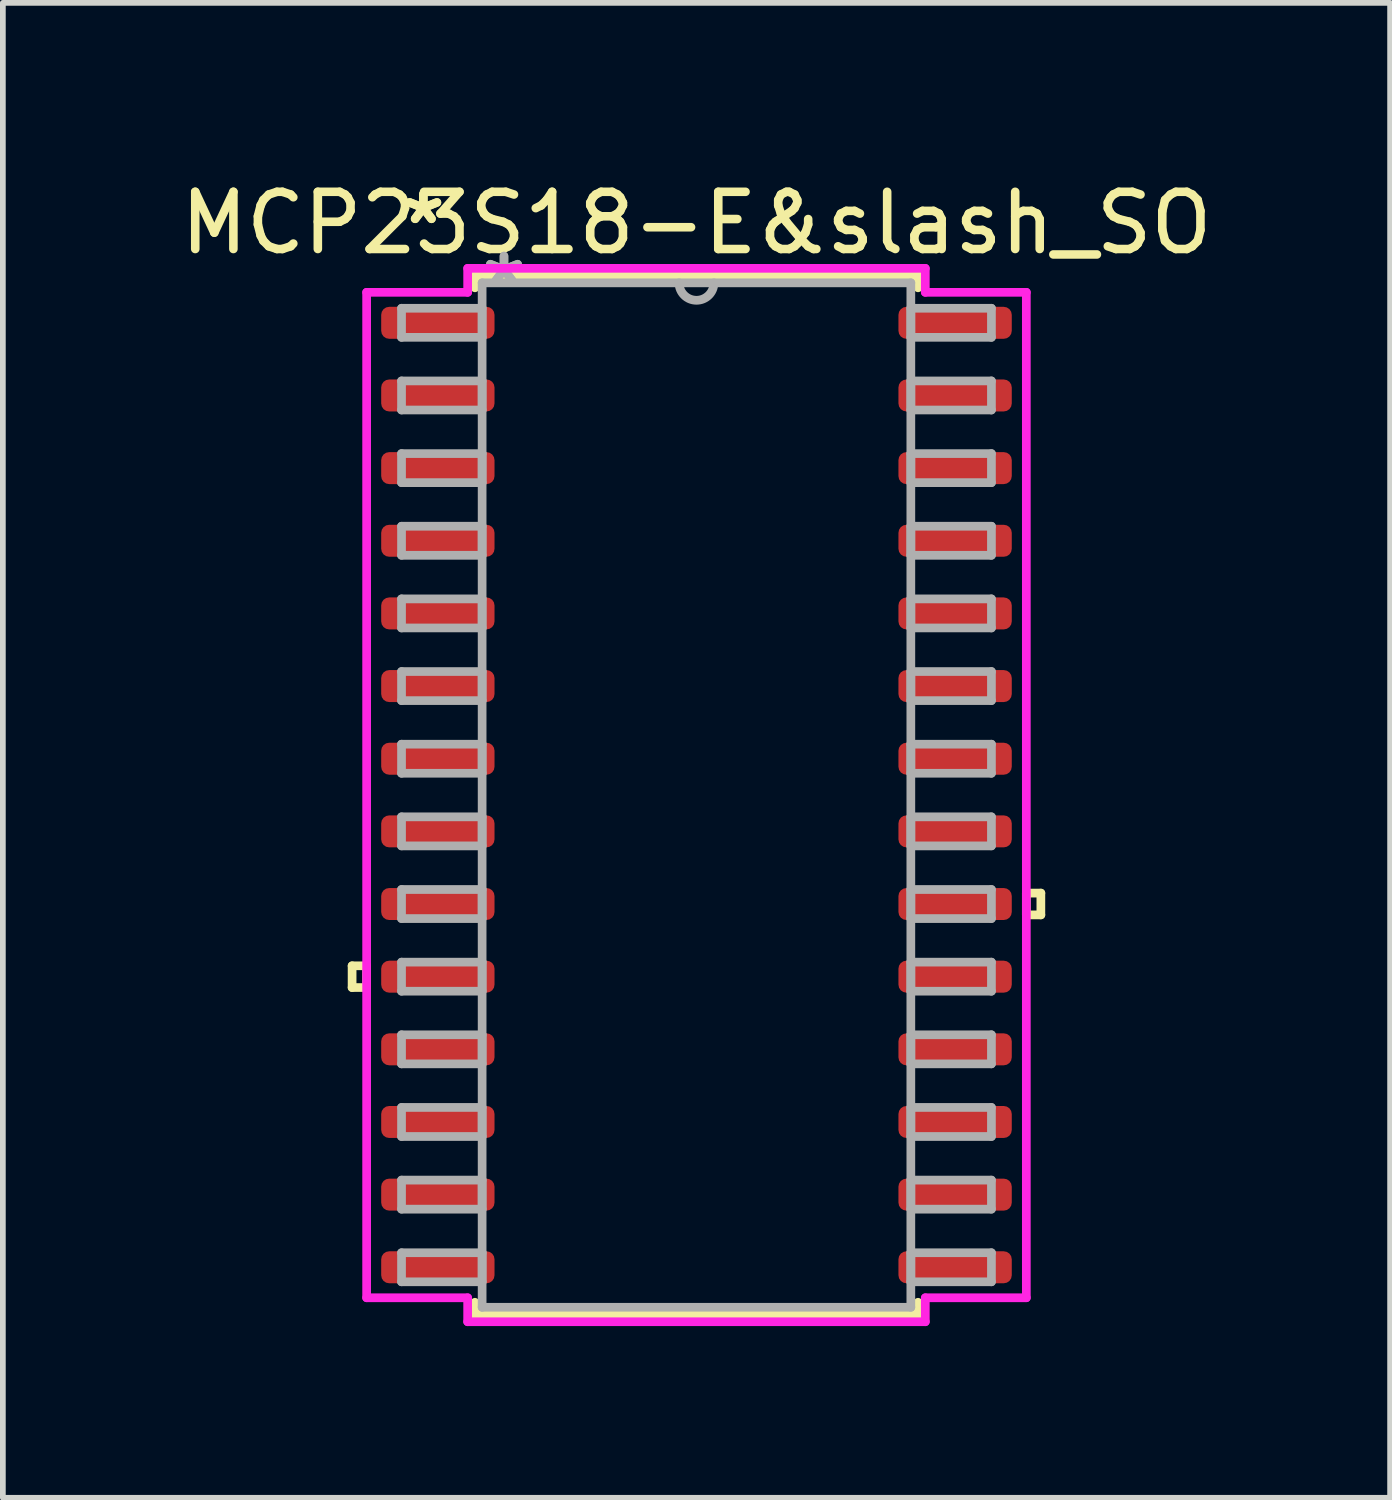
<source format=kicad_pcb>
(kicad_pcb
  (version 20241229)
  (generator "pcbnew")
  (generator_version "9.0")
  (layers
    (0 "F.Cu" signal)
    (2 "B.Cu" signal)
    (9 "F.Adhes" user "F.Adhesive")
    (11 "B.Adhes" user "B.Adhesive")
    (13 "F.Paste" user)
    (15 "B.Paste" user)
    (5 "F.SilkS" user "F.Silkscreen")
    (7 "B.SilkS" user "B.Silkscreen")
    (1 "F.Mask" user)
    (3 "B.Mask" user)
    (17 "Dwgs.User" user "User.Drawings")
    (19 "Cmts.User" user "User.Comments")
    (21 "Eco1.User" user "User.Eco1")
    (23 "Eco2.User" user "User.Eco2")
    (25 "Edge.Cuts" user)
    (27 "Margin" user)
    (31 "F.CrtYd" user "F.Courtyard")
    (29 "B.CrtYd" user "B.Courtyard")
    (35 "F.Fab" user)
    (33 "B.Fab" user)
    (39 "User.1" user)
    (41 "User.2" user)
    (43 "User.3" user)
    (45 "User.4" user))
  (footprint "MCP23S18-E&slash_SO"
    (layer "F.Cu")
    (at 9.125 10.848)
    (property "Reference" "MCP23S18-E&slash_SO" (at 0 -10 0) (layer "F.SilkS") (effects (font (size 1 1) (thickness 0.15))))
    (attr smd)
    (fp_line (start -6.02 2.985) (end -6.02 3.365) (stroke (width 0.152) (type solid)) (layer "F.SilkS"))
    (fp_line (start -6.02 3.365) (end -5.766 3.365) (stroke (width 0.152) (type solid)) (layer "F.SilkS"))
    (fp_line (start -5.766 2.985) (end -6.02 2.985) (stroke (width 0.152) (type solid)) (layer "F.SilkS"))
    (fp_line (start -5.766 3.365) (end -5.766 2.985) (stroke (width 0.152) (type solid)) (layer "F.SilkS"))
    (fp_line (start -3.873 -9.081) (end -3.873 -8.867) (stroke (width 0.152) (type solid)) (layer "F.SilkS"))
    (fp_line (start -3.873 8.867) (end -3.873 9.081) (stroke (width 0.152) (type solid)) (layer "F.SilkS"))
    (fp_line (start -3.873 9.081) (end 3.873 9.081) (stroke (width 0.152) (type solid)) (layer "F.SilkS"))
    (fp_line (start 3.873 -9.081) (end -3.873 -9.081) (stroke (width 0.152) (type solid)) (layer "F.SilkS"))
    (fp_line (start 3.873 -8.867) (end 3.873 -9.081) (stroke (width 0.152) (type solid)) (layer "F.SilkS"))
    (fp_line (start 3.873 9.081) (end 3.873 8.867) (stroke (width 0.152) (type solid)) (layer "F.SilkS"))
    (fp_line (start 5.766 1.714) (end 6.02 1.714) (stroke (width 0.152) (type solid)) (layer "F.SilkS"))
    (fp_line (start 5.766 2.095) (end 5.766 1.714) (stroke (width 0.152) (type solid)) (layer "F.SilkS"))
    (fp_line (start 6.02 1.714) (end 6.02 2.095) (stroke (width 0.152) (type solid)) (layer "F.SilkS"))
    (fp_line (start 6.02 2.095) (end 5.766 2.095) (stroke (width 0.152) (type solid)) (layer "F.SilkS"))
    (fp_line (start -5.766 -8.788) (end -4 -8.788) (stroke (width 0.152) (type solid)) (layer "F.CrtYd"))
    (fp_line (start -5.766 8.788) (end -5.766 -8.788) (stroke (width 0.152) (type solid)) (layer "F.CrtYd"))
    (fp_line (start -4 -9.207) (end 4 -9.207) (stroke (width 0.152) (type solid)) (layer "F.CrtYd"))
    (fp_line (start -4 -8.788) (end -4 -9.207) (stroke (width 0.152) (type solid)) (layer "F.CrtYd"))
    (fp_line (start -4 8.788) (end -5.766 8.788) (stroke (width 0.152) (type solid)) (layer "F.CrtYd"))
    (fp_line (start -4 9.207) (end -4 8.788) (stroke (width 0.152) (type solid)) (layer "F.CrtYd"))
    (fp_line (start 4 -9.207) (end 4 -8.788) (stroke (width 0.152) (type solid)) (layer "F.CrtYd"))
    (fp_line (start 4 -8.788) (end 5.766 -8.788) (stroke (width 0.152) (type solid)) (layer "F.CrtYd"))
    (fp_line (start 4 8.788) (end 4 9.207) (stroke (width 0.152) (type solid)) (layer "F.CrtYd"))
    (fp_line (start 4 9.207) (end -4 9.207) (stroke (width 0.152) (type solid)) (layer "F.CrtYd"))
    (fp_line (start 5.766 -8.788) (end 5.766 8.788) (stroke (width 0.152) (type solid)) (layer "F.CrtYd"))
    (fp_line (start 5.766 8.788) (end 4 8.788) (stroke (width 0.152) (type solid)) (layer "F.CrtYd"))
    (fp_line (start -5.156 -8.509) (end -5.156 -8.001) (stroke (width 0.152) (type solid)) (layer "F.Fab"))
    (fp_line (start -5.156 -8.001) (end -3.747 -8.001) (stroke (width 0.152) (type solid)) (layer "F.Fab"))
    (fp_line (start -5.156 -7.239) (end -5.156 -6.731) (stroke (width 0.152) (type solid)) (layer "F.Fab"))
    (fp_line (start -5.156 -6.731) (end -3.747 -6.731) (stroke (width 0.152) (type solid)) (layer "F.Fab"))
    (fp_line (start -5.156 -5.969) (end -5.156 -5.461) (stroke (width 0.152) (type solid)) (layer "F.Fab"))
    (fp_line (start -5.156 -5.461) (end -3.747 -5.461) (stroke (width 0.152) (type solid)) (layer "F.Fab"))
    (fp_line (start -5.156 -4.699) (end -5.156 -4.191) (stroke (width 0.152) (type solid)) (layer "F.Fab"))
    (fp_line (start -5.156 -4.191) (end -3.747 -4.191) (stroke (width 0.152) (type solid)) (layer "F.Fab"))
    (fp_line (start -5.156 -3.429) (end -5.156 -2.921) (stroke (width 0.152) (type solid)) (layer "F.Fab"))
    (fp_line (start -5.156 -2.921) (end -3.747 -2.921) (stroke (width 0.152) (type solid)) (layer "F.Fab"))
    (fp_line (start -5.156 -2.159) (end -5.156 -1.651) (stroke (width 0.152) (type solid)) (layer "F.Fab"))
    (fp_line (start -5.156 -1.651) (end -3.747 -1.651) (stroke (width 0.152) (type solid)) (layer "F.Fab"))
    (fp_line (start -5.156 -0.889) (end -5.156 -0.381) (stroke (width 0.152) (type solid)) (layer "F.Fab"))
    (fp_line (start -5.156 -0.381) (end -3.747 -0.381) (stroke (width 0.152) (type solid)) (layer "F.Fab"))
    (fp_line (start -5.156 0.381) (end -5.156 0.889) (stroke (width 0.152) (type solid)) (layer "F.Fab"))
    (fp_line (start -5.156 0.889) (end -3.747 0.889) (stroke (width 0.152) (type solid)) (layer "F.Fab"))
    (fp_line (start -5.156 1.651) (end -5.156 2.159) (stroke (width 0.152) (type solid)) (layer "F.Fab"))
    (fp_line (start -5.156 2.159) (end -3.747 2.159) (stroke (width 0.152) (type solid)) (layer "F.Fab"))
    (fp_line (start -5.156 2.921) (end -5.156 3.429) (stroke (width 0.152) (type solid)) (layer "F.Fab"))
    (fp_line (start -5.156 3.429) (end -3.747 3.429) (stroke (width 0.152) (type solid)) (layer "F.Fab"))
    (fp_line (start -5.156 4.191) (end -5.156 4.699) (stroke (width 0.152) (type solid)) (layer "F.Fab"))
    (fp_line (start -5.156 4.699) (end -3.747 4.699) (stroke (width 0.152) (type solid)) (layer "F.Fab"))
    (fp_line (start -5.156 5.461) (end -5.156 5.969) (stroke (width 0.152) (type solid)) (layer "F.Fab"))
    (fp_line (start -5.156 5.969) (end -3.747 5.969) (stroke (width 0.152) (type solid)) (layer "F.Fab"))
    (fp_line (start -5.156 6.731) (end -5.156 7.239) (stroke (width 0.152) (type solid)) (layer "F.Fab"))
    (fp_line (start -5.156 7.239) (end -3.747 7.239) (stroke (width 0.152) (type solid)) (layer "F.Fab"))
    (fp_line (start -5.156 8.001) (end -5.156 8.509) (stroke (width 0.152) (type solid)) (layer "F.Fab"))
    (fp_line (start -5.156 8.509) (end -3.747 8.509) (stroke (width 0.152) (type solid)) (layer "F.Fab"))
    (fp_line (start -3.747 -8.954) (end -3.747 8.954) (stroke (width 0.152) (type solid)) (layer "F.Fab"))
    (fp_line (start -3.747 -8.509) (end -5.156 -8.509) (stroke (width 0.152) (type solid)) (layer "F.Fab"))
    (fp_line (start -3.747 -8.001) (end -3.747 -8.509) (stroke (width 0.152) (type solid)) (layer "F.Fab"))
    (fp_line (start -3.747 -7.239) (end -5.156 -7.239) (stroke (width 0.152) (type solid)) (layer "F.Fab"))
    (fp_line (start -3.747 -6.731) (end -3.747 -7.239) (stroke (width 0.152) (type solid)) (layer "F.Fab"))
    (fp_line (start -3.747 -5.969) (end -5.156 -5.969) (stroke (width 0.152) (type solid)) (layer "F.Fab"))
    (fp_line (start -3.747 -5.461) (end -3.747 -5.969) (stroke (width 0.152) (type solid)) (layer "F.Fab"))
    (fp_line (start -3.747 -4.699) (end -5.156 -4.699) (stroke (width 0.152) (type solid)) (layer "F.Fab"))
    (fp_line (start -3.747 -4.191) (end -3.747 -4.699) (stroke (width 0.152) (type solid)) (layer "F.Fab"))
    (fp_line (start -3.747 -3.429) (end -5.156 -3.429) (stroke (width 0.152) (type solid)) (layer "F.Fab"))
    (fp_line (start -3.747 -2.921) (end -3.747 -3.429) (stroke (width 0.152) (type solid)) (layer "F.Fab"))
    (fp_line (start -3.747 -2.159) (end -5.156 -2.159) (stroke (width 0.152) (type solid)) (layer "F.Fab"))
    (fp_line (start -3.747 -1.651) (end -3.747 -2.159) (stroke (width 0.152) (type solid)) (layer "F.Fab"))
    (fp_line (start -3.747 -0.889) (end -5.156 -0.889) (stroke (width 0.152) (type solid)) (layer "F.Fab"))
    (fp_line (start -3.747 -0.381) (end -3.747 -0.889) (stroke (width 0.152) (type solid)) (layer "F.Fab"))
    (fp_line (start -3.747 0.381) (end -5.156 0.381) (stroke (width 0.152) (type solid)) (layer "F.Fab"))
    (fp_line (start -3.747 0.889) (end -3.747 0.381) (stroke (width 0.152) (type solid)) (layer "F.Fab"))
    (fp_line (start -3.747 1.651) (end -5.156 1.651) (stroke (width 0.152) (type solid)) (layer "F.Fab"))
    (fp_line (start -3.747 2.159) (end -3.747 1.651) (stroke (width 0.152) (type solid)) (layer "F.Fab"))
    (fp_line (start -3.747 2.921) (end -5.156 2.921) (stroke (width 0.152) (type solid)) (layer "F.Fab"))
    (fp_line (start -3.747 3.429) (end -3.747 2.921) (stroke (width 0.152) (type solid)) (layer "F.Fab"))
    (fp_line (start -3.747 4.191) (end -5.156 4.191) (stroke (width 0.152) (type solid)) (layer "F.Fab"))
    (fp_line (start -3.747 4.699) (end -3.747 4.191) (stroke (width 0.152) (type solid)) (layer "F.Fab"))
    (fp_line (start -3.747 5.461) (end -5.156 5.461) (stroke (width 0.152) (type solid)) (layer "F.Fab"))
    (fp_line (start -3.747 5.969) (end -3.747 5.461) (stroke (width 0.152) (type solid)) (layer "F.Fab"))
    (fp_line (start -3.747 6.731) (end -5.156 6.731) (stroke (width 0.152) (type solid)) (layer "F.Fab"))
    (fp_line (start -3.747 7.239) (end -3.747 6.731) (stroke (width 0.152) (type solid)) (layer "F.Fab"))
    (fp_line (start -3.747 8.001) (end -5.156 8.001) (stroke (width 0.152) (type solid)) (layer "F.Fab"))
    (fp_line (start -3.747 8.509) (end -3.747 8.001) (stroke (width 0.152) (type solid)) (layer "F.Fab"))
    (fp_line (start -3.747 8.954) (end 3.747 8.954) (stroke (width 0.152) (type solid)) (layer "F.Fab"))
    (fp_line (start 3.747 -8.954) (end -3.747 -8.954) (stroke (width 0.152) (type solid)) (layer "F.Fab"))
    (fp_line (start 3.747 -8.509) (end 3.747 -8.001) (stroke (width 0.152) (type solid)) (layer "F.Fab"))
    (fp_line (start 3.747 -8.001) (end 5.156 -8.001) (stroke (width 0.152) (type solid)) (layer "F.Fab"))
    (fp_line (start 3.747 -7.239) (end 3.747 -6.731) (stroke (width 0.152) (type solid)) (layer "F.Fab"))
    (fp_line (start 3.747 -6.731) (end 5.156 -6.731) (stroke (width 0.152) (type solid)) (layer "F.Fab"))
    (fp_line (start 3.747 -5.969) (end 3.747 -5.461) (stroke (width 0.152) (type solid)) (layer "F.Fab"))
    (fp_line (start 3.747 -5.461) (end 5.156 -5.461) (stroke (width 0.152) (type solid)) (layer "F.Fab"))
    (fp_line (start 3.747 -4.699) (end 3.747 -4.191) (stroke (width 0.152) (type solid)) (layer "F.Fab"))
    (fp_line (start 3.747 -4.191) (end 5.156 -4.191) (stroke (width 0.152) (type solid)) (layer "F.Fab"))
    (fp_line (start 3.747 -3.429) (end 3.747 -2.921) (stroke (width 0.152) (type solid)) (layer "F.Fab"))
    (fp_line (start 3.747 -2.921) (end 5.156 -2.921) (stroke (width 0.152) (type solid)) (layer "F.Fab"))
    (fp_line (start 3.747 -2.159) (end 3.747 -1.651) (stroke (width 0.152) (type solid)) (layer "F.Fab"))
    (fp_line (start 3.747 -1.651) (end 5.156 -1.651) (stroke (width 0.152) (type solid)) (layer "F.Fab"))
    (fp_line (start 3.747 -0.889) (end 3.747 -0.381) (stroke (width 0.152) (type solid)) (layer "F.Fab"))
    (fp_line (start 3.747 -0.381) (end 5.156 -0.381) (stroke (width 0.152) (type solid)) (layer "F.Fab"))
    (fp_line (start 3.747 0.381) (end 3.747 0.889) (stroke (width 0.152) (type solid)) (layer "F.Fab"))
    (fp_line (start 3.747 0.889) (end 5.156 0.889) (stroke (width 0.152) (type solid)) (layer "F.Fab"))
    (fp_line (start 3.747 1.651) (end 3.747 2.159) (stroke (width 0.152) (type solid)) (layer "F.Fab"))
    (fp_line (start 3.747 2.159) (end 5.156 2.159) (stroke (width 0.152) (type solid)) (layer "F.Fab"))
    (fp_line (start 3.747 2.921) (end 3.747 3.429) (stroke (width 0.152) (type solid)) (layer "F.Fab"))
    (fp_line (start 3.747 3.429) (end 5.156 3.429) (stroke (width 0.152) (type solid)) (layer "F.Fab"))
    (fp_line (start 3.747 4.191) (end 3.747 4.699) (stroke (width 0.152) (type solid)) (layer "F.Fab"))
    (fp_line (start 3.747 4.699) (end 5.156 4.699) (stroke (width 0.152) (type solid)) (layer "F.Fab"))
    (fp_line (start 3.747 5.461) (end 3.747 5.969) (stroke (width 0.152) (type solid)) (layer "F.Fab"))
    (fp_line (start 3.747 5.969) (end 5.156 5.969) (stroke (width 0.152) (type solid)) (layer "F.Fab"))
    (fp_line (start 3.747 6.731) (end 3.747 7.239) (stroke (width 0.152) (type solid)) (layer "F.Fab"))
    (fp_line (start 3.747 7.239) (end 5.156 7.239) (stroke (width 0.152) (type solid)) (layer "F.Fab"))
    (fp_line (start 3.747 8.001) (end 3.747 8.509) (stroke (width 0.152) (type solid)) (layer "F.Fab"))
    (fp_line (start 3.747 8.509) (end 5.156 8.509) (stroke (width 0.152) (type solid)) (layer "F.Fab"))
    (fp_line (start 3.747 8.954) (end 3.747 -8.954) (stroke (width 0.152) (type solid)) (layer "F.Fab"))
    (fp_line (start 5.156 -8.509) (end 3.747 -8.509) (stroke (width 0.152) (type solid)) (layer "F.Fab"))
    (fp_line (start 5.156 -8.001) (end 5.156 -8.509) (stroke (width 0.152) (type solid)) (layer "F.Fab"))
    (fp_line (start 5.156 -7.239) (end 3.747 -7.239) (stroke (width 0.152) (type solid)) (layer "F.Fab"))
    (fp_line (start 5.156 -6.731) (end 5.156 -7.239) (stroke (width 0.152) (type solid)) (layer "F.Fab"))
    (fp_line (start 5.156 -5.969) (end 3.747 -5.969) (stroke (width 0.152) (type solid)) (layer "F.Fab"))
    (fp_line (start 5.156 -5.461) (end 5.156 -5.969) (stroke (width 0.152) (type solid)) (layer "F.Fab"))
    (fp_line (start 5.156 -4.699) (end 3.747 -4.699) (stroke (width 0.152) (type solid)) (layer "F.Fab"))
    (fp_line (start 5.156 -4.191) (end 5.156 -4.699) (stroke (width 0.152) (type solid)) (layer "F.Fab"))
    (fp_line (start 5.156 -3.429) (end 3.747 -3.429) (stroke (width 0.152) (type solid)) (layer "F.Fab"))
    (fp_line (start 5.156 -2.921) (end 5.156 -3.429) (stroke (width 0.152) (type solid)) (layer "F.Fab"))
    (fp_line (start 5.156 -2.159) (end 3.747 -2.159) (stroke (width 0.152) (type solid)) (layer "F.Fab"))
    (fp_line (start 5.156 -1.651) (end 5.156 -2.159) (stroke (width 0.152) (type solid)) (layer "F.Fab"))
    (fp_line (start 5.156 -0.889) (end 3.747 -0.889) (stroke (width 0.152) (type solid)) (layer "F.Fab"))
    (fp_line (start 5.156 -0.381) (end 5.156 -0.889) (stroke (width 0.152) (type solid)) (layer "F.Fab"))
    (fp_line (start 5.156 0.381) (end 3.747 0.381) (stroke (width 0.152) (type solid)) (layer "F.Fab"))
    (fp_line (start 5.156 0.889) (end 5.156 0.381) (stroke (width 0.152) (type solid)) (layer "F.Fab"))
    (fp_line (start 5.156 1.651) (end 3.747 1.651) (stroke (width 0.152) (type solid)) (layer "F.Fab"))
    (fp_line (start 5.156 2.159) (end 5.156 1.651) (stroke (width 0.152) (type solid)) (layer "F.Fab"))
    (fp_line (start 5.156 2.921) (end 3.747 2.921) (stroke (width 0.152) (type solid)) (layer "F.Fab"))
    (fp_line (start 5.156 3.429) (end 5.156 2.921) (stroke (width 0.152) (type solid)) (layer "F.Fab"))
    (fp_line (start 5.156 4.191) (end 3.747 4.191) (stroke (width 0.152) (type solid)) (layer "F.Fab"))
    (fp_line (start 5.156 4.699) (end 5.156 4.191) (stroke (width 0.152) (type solid)) (layer "F.Fab"))
    (fp_line (start 5.156 5.461) (end 3.747 5.461) (stroke (width 0.152) (type solid)) (layer "F.Fab"))
    (fp_line (start 5.156 5.969) (end 5.156 5.461) (stroke (width 0.152) (type solid)) (layer "F.Fab"))
    (fp_line (start 5.156 6.731) (end 3.747 6.731) (stroke (width 0.152) (type solid)) (layer "F.Fab"))
    (fp_line (start 5.156 7.239) (end 5.156 6.731) (stroke (width 0.152) (type solid)) (layer "F.Fab"))
    (fp_line (start 5.156 8.001) (end 3.747 8.001) (stroke (width 0.152) (type solid)) (layer "F.Fab"))
    (fp_line (start 5.156 8.509) (end 5.156 8.001) (stroke (width 0.152) (type solid)) (layer "F.Fab"))
    (fp_arc (start 0.3048 -8.9535) (mid 0 -8.6487) (end -0.3048 -8.9535) (stroke (width 0.1524) (type solid)) (layer "F.Fab"))
    (fp_text user "*" (at -4.775 -9.957 0) (layer "F.SilkS") (effects (font (size 1 1) (thickness 0.15))))
    (fp_text user "*" (at -4.775 -9.957 0) (layer "F.SilkS") (effects (font (size 1 1) (thickness 0.15))))
    (fp_text user "*" (at -3.365 -8.877 0) (layer "F.Fab") (effects (font (size 1 1) (thickness 0.15))))
    (fp_text user "*" (at -3.365 -8.877 0) (layer "F.Fab") (effects (font (size 1 1) (thickness 0.15))))
    (pad "1" smd roundrect (at -4.521 -8.255) (size 1.981 0.559) (layers "F.Cu" "F.Mask" "F.Paste") (roundrect_rratio 0.25))
    (pad "2" smd roundrect (at -4.521 -6.985) (size 1.981 0.559) (layers "F.Cu" "F.Mask" "F.Paste") (roundrect_rratio 0.25))
    (pad "3" smd roundrect (at -4.521 -5.715) (size 1.981 0.559) (layers "F.Cu" "F.Mask" "F.Paste") (roundrect_rratio 0.25))
    (pad "4" smd roundrect (at -4.521 -4.445) (size 1.981 0.559) (layers "F.Cu" "F.Mask" "F.Paste") (roundrect_rratio 0.25))
    (pad "5" smd roundrect (at -4.521 -3.175) (size 1.981 0.559) (layers "F.Cu" "F.Mask" "F.Paste") (roundrect_rratio 0.25))
    (pad "6" smd roundrect (at -4.521 -1.905) (size 1.981 0.559) (layers "F.Cu" "F.Mask" "F.Paste") (roundrect_rratio 0.25))
    (pad "7" smd roundrect (at -4.521 -0.635) (size 1.981 0.559) (layers "F.Cu" "F.Mask" "F.Paste") (roundrect_rratio 0.25))
    (pad "8" smd roundrect (at -4.521 0.635) (size 1.981 0.559) (layers "F.Cu" "F.Mask" "F.Paste") (roundrect_rratio 0.25))
    (pad "9" smd roundrect (at -4.521 1.905) (size 1.981 0.559) (layers "F.Cu" "F.Mask" "F.Paste") (roundrect_rratio 0.25))
    (pad "10" smd roundrect (at -4.521 3.175) (size 1.981 0.559) (layers "F.Cu" "F.Mask" "F.Paste") (roundrect_rratio 0.25))
    (pad "11" smd roundrect (at -4.521 4.445) (size 1.981 0.559) (layers "F.Cu" "F.Mask" "F.Paste") (roundrect_rratio 0.25))
    (pad "12" smd roundrect (at -4.521 5.715) (size 1.981 0.559) (layers "F.Cu" "F.Mask" "F.Paste") (roundrect_rratio 0.25))
    (pad "13" smd roundrect (at -4.521 6.985) (size 1.981 0.559) (layers "F.Cu" "F.Mask" "F.Paste") (roundrect_rratio 0.25))
    (pad "14" smd roundrect (at -4.521 8.255) (size 1.981 0.559) (layers "F.Cu" "F.Mask" "F.Paste") (roundrect_rratio 0.25))
    (pad "15" smd roundrect (at 4.521 8.255) (size 1.981 0.559) (layers "F.Cu" "F.Mask" "F.Paste") (roundrect_rratio 0.25))
    (pad "16" smd roundrect (at 4.521 6.985) (size 1.981 0.559) (layers "F.Cu" "F.Mask" "F.Paste") (roundrect_rratio 0.25))
    (pad "17" smd roundrect (at 4.521 5.715) (size 1.981 0.559) (layers "F.Cu" "F.Mask" "F.Paste") (roundrect_rratio 0.25))
    (pad "18" smd roundrect (at 4.521 4.445) (size 1.981 0.559) (layers "F.Cu" "F.Mask" "F.Paste") (roundrect_rratio 0.25))
    (pad "19" smd roundrect (at 4.521 3.175) (size 1.981 0.559) (layers "F.Cu" "F.Mask" "F.Paste") (roundrect_rratio 0.25))
    (pad "20" smd roundrect (at 4.521 1.905) (size 1.981 0.559) (layers "F.Cu" "F.Mask" "F.Paste") (roundrect_rratio 0.25))
    (pad "21" smd roundrect (at 4.521 0.635) (size 1.981 0.559) (layers "F.Cu" "F.Mask" "F.Paste") (roundrect_rratio 0.25))
    (pad "22" smd roundrect (at 4.521 -0.635) (size 1.981 0.559) (layers "F.Cu" "F.Mask" "F.Paste") (roundrect_rratio 0.25))
    (pad "23" smd roundrect (at 4.521 -1.905) (size 1.981 0.559) (layers "F.Cu" "F.Mask" "F.Paste") (roundrect_rratio 0.25))
    (pad "24" smd roundrect (at 4.521 -3.175) (size 1.981 0.559) (layers "F.Cu" "F.Mask" "F.Paste") (roundrect_rratio 0.25))
    (pad "25" smd roundrect (at 4.521 -4.445) (size 1.981 0.559) (layers "F.Cu" "F.Mask" "F.Paste") (roundrect_rratio 0.25))
    (pad "26" smd roundrect (at 4.521 -5.715) (size 1.981 0.559) (layers "F.Cu" "F.Mask" "F.Paste") (roundrect_rratio 0.25))
    (pad "27" smd roundrect (at 4.521 -6.985) (size 1.981 0.559) (layers "F.Cu" "F.Mask" "F.Paste") (roundrect_rratio 0.25))
    (pad "28" smd roundrect (at 4.521 -8.255) (size 1.981 0.559) (layers "F.Cu" "F.Mask" "F.Paste") (roundrect_rratio 0.25)))
  (gr_rect
    (start -3 -3)
    (end 21.25 23.132)
    (stroke (width 0.1) (type default))
    (fill no)
    (layer "Edge.Cuts")))
</source>
